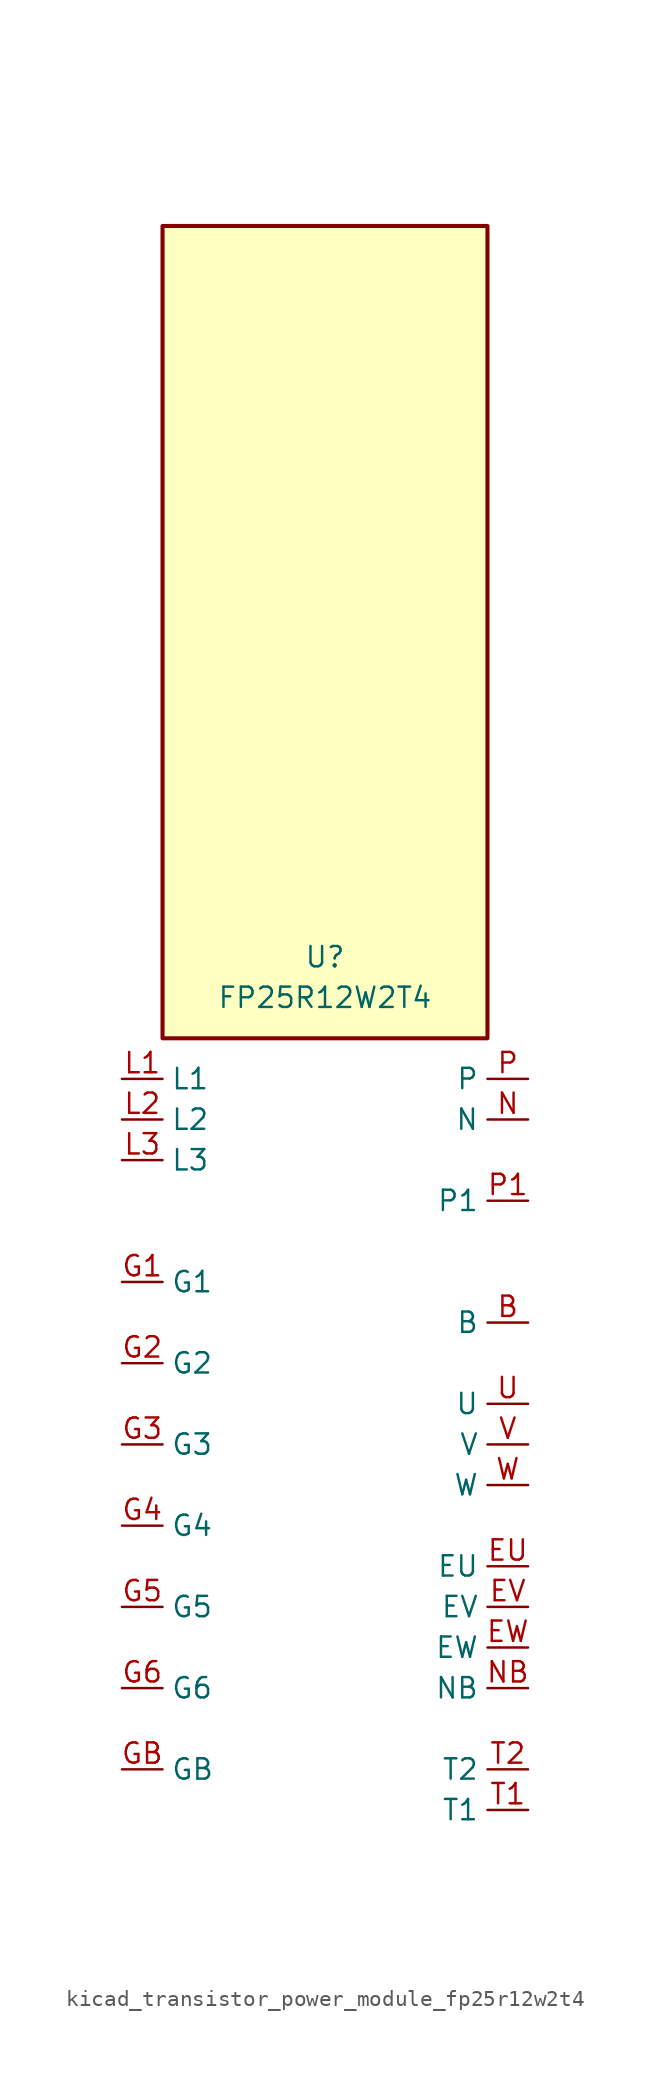
<source format=kicad_sym>
(kicad_symbol_lib
  (version 20220914)
  (generator kicad_symbol_editor)
  (symbol "kicad_transistor_power_module_fp25r12w2t4"
    (property "Reference" "U"
      (at 0 30.48 0)
      (effects (font (size 1.27 1.27))))
    (property "Value" "FP25R12W2T4"
      (at 0 27.94 0)
      (effects (font (size 1.27 1.27))))
    (symbol "kicad_transistor_power_module_fp25r12w2t4_1_1"
      (rectangle (start 10.16 76.2) (end -10.16 25.4) (stroke (width 0.254) (type default)) (fill (type background)))
      (pin passive line (at 12.7 7.62 180) (length 2.54) (name "B" (effects (font (size 1.27 1.27)))) (number "B" (effects (font (size 1.27 1.27)))))
      (pin passive line (at 12.7 -7.62 180) (length 2.54) (name "EU" (effects (font (size 1.27 1.27)))) (number "EU" (effects (font (size 1.27 1.27)))))
      (pin passive line (at 12.7 -10.16 180) (length 2.54) (name "EV" (effects (font (size 1.27 1.27)))) (number "EV" (effects (font (size 1.27 1.27)))))
      (pin passive line (at 12.7 -12.7 180) (length 2.54) (name "EW" (effects (font (size 1.27 1.27)))) (number "EW" (effects (font (size 1.27 1.27)))))
      (pin passive line (at -12.7 10.16 0) (length 2.54) (name "G1" (effects (font (size 1.27 1.27)))) (number "G1" (effects (font (size 1.27 1.27)))))
      (pin passive line (at -12.7 5.08 0) (length 2.54) (name "G2" (effects (font (size 1.27 1.27)))) (number "G2" (effects (font (size 1.27 1.27)))))
      (pin passive line (at -12.7 0 0) (length 2.54) (name "G3" (effects (font (size 1.27 1.27)))) (number "G3" (effects (font (size 1.27 1.27)))))
      (pin passive line (at -12.7 -5.08 0) (length 2.54) (name "G4" (effects (font (size 1.27 1.27)))) (number "G4" (effects (font (size 1.27 1.27)))))
      (pin passive line (at -12.7 -10.16 0) (length 2.54) (name "G5" (effects (font (size 1.27 1.27)))) (number "G5" (effects (font (size 1.27 1.27)))))
      (pin passive line (at -12.7 -15.24 0) (length 2.54) (name "G6" (effects (font (size 1.27 1.27)))) (number "G6" (effects (font (size 1.27 1.27)))))
      (pin passive line (at -12.7 -20.32 0) (length 2.54) (name "GB" (effects (font (size 1.27 1.27)))) (number "GB" (effects (font (size 1.27 1.27)))))
      (pin passive line (at -12.7 22.86 0) (length 2.54) (name "L1" (effects (font (size 1.27 1.27)))) (number "L1" (effects (font (size 1.27 1.27)))))
      (pin passive line (at -12.7 20.32 0) (length 2.54) (name "L2" (effects (font (size 1.27 1.27)))) (number "L2" (effects (font (size 1.27 1.27)))))
      (pin passive line (at -12.7 17.78 0) (length 2.54) (name "L3" (effects (font (size 1.27 1.27)))) (number "L3" (effects (font (size 1.27 1.27)))))
      (pin passive line (at 12.7 20.32 180) (length 2.54) (name "N" (effects (font (size 1.27 1.27)))) (number "N" (effects (font (size 1.27 1.27)))))
      (pin passive line (at 12.7 -15.24 180) (length 2.54) (name "NB" (effects (font (size 1.27 1.27)))) (number "NB" (effects (font (size 1.27 1.27)))))
      (pin passive line (at 12.7 22.86 180) (length 2.54) (name "P" (effects (font (size 1.27 1.27)))) (number "P" (effects (font (size 1.27 1.27)))))
      (pin passive line (at 12.7 15.24 180) (length 2.54) (name "P1" (effects (font (size 1.27 1.27)))) (number "P1" (effects (font (size 1.27 1.27)))))
      (pin passive line (at 12.7 -22.86 180) (length 2.54) (name "T1" (effects (font (size 1.27 1.27)))) (number "T1" (effects (font (size 1.27 1.27)))))
      (pin passive line (at 12.7 -20.32 180) (length 2.54) (name "T2" (effects (font (size 1.27 1.27)))) (number "T2" (effects (font (size 1.27 1.27)))))
      (pin passive line (at 12.7 2.54 180) (length 2.54) (name "U" (effects (font (size 1.27 1.27)))) (number "U" (effects (font (size 1.27 1.27)))))
      (pin passive line (at 12.7 0 180) (length 2.54) (name "V" (effects (font (size 1.27 1.27)))) (number "V" (effects (font (size 1.27 1.27)))))
      (pin passive line (at 12.7 -2.54 180) (length 2.54) (name "W" (effects (font (size 1.27 1.27)))) (number "W" (effects (font (size 1.27 1.27))))))))
</source>
